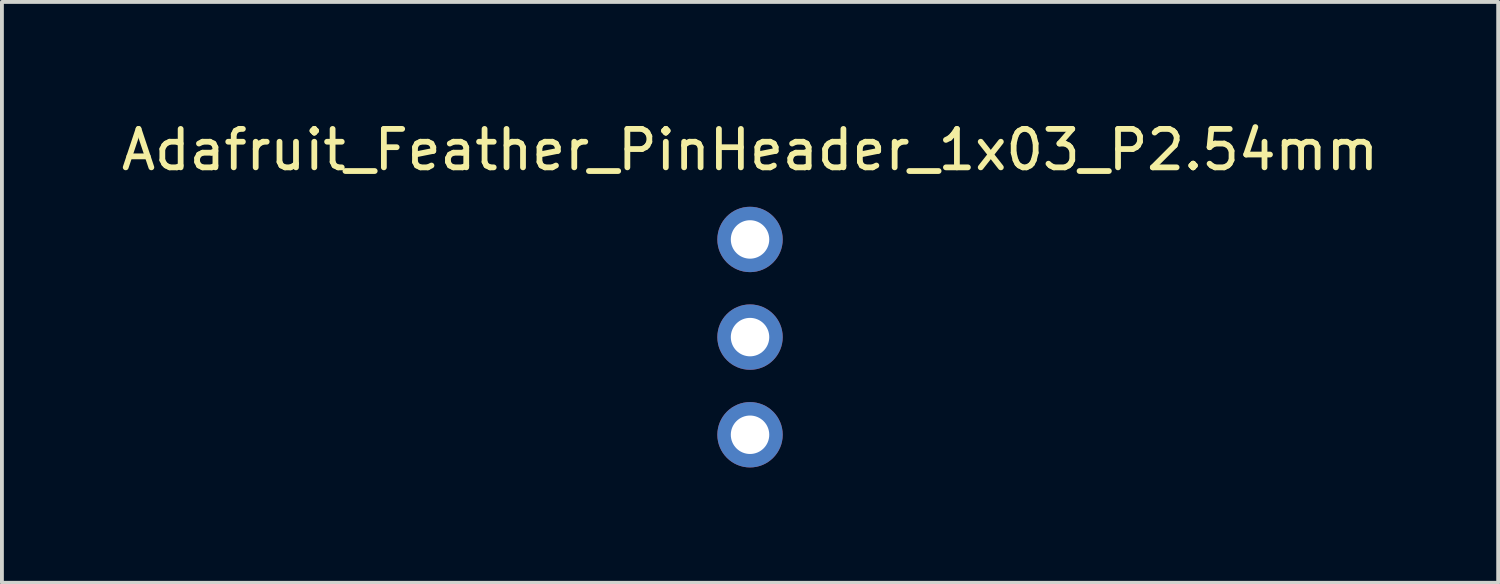
<source format=kicad_pcb>
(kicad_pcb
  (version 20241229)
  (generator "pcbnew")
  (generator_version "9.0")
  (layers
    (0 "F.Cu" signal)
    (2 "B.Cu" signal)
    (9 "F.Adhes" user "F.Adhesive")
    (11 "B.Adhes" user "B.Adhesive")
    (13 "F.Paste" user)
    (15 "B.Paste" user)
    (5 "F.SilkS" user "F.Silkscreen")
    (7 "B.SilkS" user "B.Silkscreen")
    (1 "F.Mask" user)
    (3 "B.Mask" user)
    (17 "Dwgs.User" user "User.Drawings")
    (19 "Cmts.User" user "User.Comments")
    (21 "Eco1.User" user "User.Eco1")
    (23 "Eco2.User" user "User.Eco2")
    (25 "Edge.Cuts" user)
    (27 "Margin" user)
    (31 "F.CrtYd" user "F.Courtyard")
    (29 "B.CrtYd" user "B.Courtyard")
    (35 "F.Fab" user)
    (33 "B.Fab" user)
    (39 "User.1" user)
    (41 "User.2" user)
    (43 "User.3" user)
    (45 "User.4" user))
  (footprint "Adafruit_Feather_PinHeader_1x03_P2.54mm"
    (layer "F.Cu")
    (at 16.458 3.178)
    (property "Reference" "Adafruit_Feather_PinHeader_1x03_P2.54mm" (at 0 -2.33 0) (layer "F.SilkS") (effects (font (size 1 1) (thickness 0.15))))
    (attr through_hole)
    (pad "1" thru_hole circle (at 0 0) (size 1.7 1.7) (drill 1) (layers "*.Cu" "*.Mask"))
    (pad "2" thru_hole oval (at 0 2.54) (size 1.7 1.7) (drill 1) (layers "*.Cu" "*.Mask"))
    (pad "3" thru_hole oval (at 0 5.08) (size 1.7 1.7) (drill 1) (layers "*.Cu" "*.Mask")))
  (gr_rect
    (start -3 -3)
    (end 35.917 12.108)
    (stroke (width 0.1) (type default))
    (fill no)
    (layer "Edge.Cuts")))
</source>
